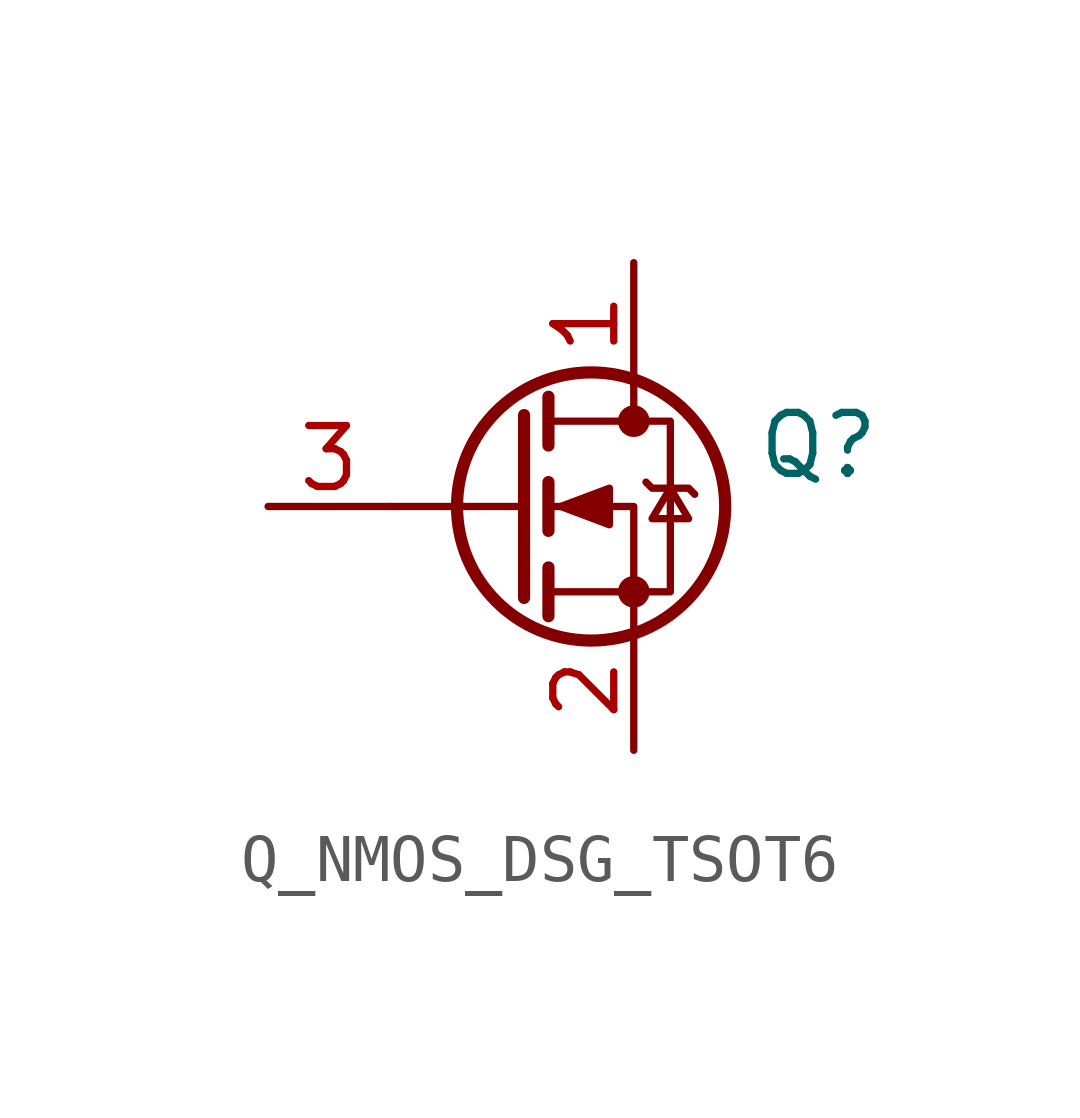
<source format=kicad_sym>
(kicad_symbol_lib
  (version 20220914)
  (generator kicad_symbol_editor)
  (symbol "Q_NMOS_DSG_TSOT6"
    (pin_names
      (offset 0) hide)
    (property "Reference" "Q"
      (at 5.08 1.27 0)
      (effects (font (size 1.27 1.27)) (justify left)))
    (symbol "Q_NMOS_DSG_TSOT6_0_1"
      (polyline (pts (xy 0.254 0) (xy -2.54 0)) (stroke (width 0) (type default)) (fill (type none)))
      (polyline (pts (xy 0.254 1.905) (xy 0.254 -1.905)) (stroke (width 0.254) (type default)) (fill (type none)))
      (polyline (pts (xy 0.762 -1.27) (xy 0.762 -2.286)) (stroke (width 0.254) (type default)) (fill (type none)))
      (polyline (pts (xy 0.762 0.508) (xy 0.762 -0.508)) (stroke (width 0.254) (type default)) (fill (type none)))
      (polyline (pts (xy 0.762 2.286) (xy 0.762 1.27)) (stroke (width 0.254) (type default)) (fill (type none)))
      (polyline (pts (xy 2.54 2.54) (xy 2.54 1.778)) (stroke (width 0) (type default)) (fill (type none)))
      (polyline (pts (xy 2.54 -2.54) (xy 2.54 0) (xy 0.762 0)) (stroke (width 0) (type default)) (fill (type none)))
      (polyline (pts (xy 0.762 -1.778) (xy 3.302 -1.778) (xy 3.302 1.778) (xy 0.762 1.778)) (stroke (width 0) (type default)) (fill (type none)))
      (polyline (pts (xy 1.016 0) (xy 2.032 0.381) (xy 2.032 -0.381) (xy 1.016 0)) (stroke (width 0) (type default)) (fill (type outline)))
      (polyline (pts (xy 2.794 0.508) (xy 2.921 0.381) (xy 3.683 0.381) (xy 3.81 0.254)) (stroke (width 0) (type default)) (fill (type none)))
      (polyline (pts (xy 3.302 0.381) (xy 2.921 -0.254) (xy 3.683 -0.254) (xy 3.302 0.381)) (stroke (width 0) (type default)) (fill (type none)))
      (circle (center 1.651 0) (radius 2.794) (stroke (width 0.254) (type default)) (fill (type none)))
      (circle (center 2.54 -1.778) (radius 0.254) (stroke (width 0) (type default)) (fill (type outline)))
      (circle (center 2.54 1.778) (radius 0.254) (stroke (width 0) (type default)) (fill (type outline))))
    (symbol "Q_NMOS_DSG_TSOT6_1_1"
      (pin passive line (at 2.54 5.08 270) (length 2.54) (name "D" (effects (font (size 1.27 1.27)))) (number "1" (effects (font (size 1.27 1.27)))))
      (pin passive line (at 2.54 -5.08 90) (length 2.54) (name "S" (effects (font (size 1.27 1.27)))) (number "2" (effects (font (size 1.27 1.27)))))
      (pin passive line (at -5.08 0 0) (length 2.54) (name "G" (effects (font (size 1.27 1.27)))) (number "3" (effects (font (size 1.27 1.27)))))
      (pin passive line (at -5.08 0 0) (length 2.54) hide (name "G" (effects (font (size 1.27 1.27)))) (number "4" (effects (font (size 1.27 1.27)))))
      (pin passive line (at -5.08 0 0) (length 2.54) hide (name "G" (effects (font (size 1.27 1.27)))) (number "5" (effects (font (size 1.27 1.27)))))
      (pin passive line (at -5.08 0 0) (length 2.54) hide (name "G" (effects (font (size 1.27 1.27)))) (number "6" (effects (font (size 1.27 1.27))))))))
</source>
